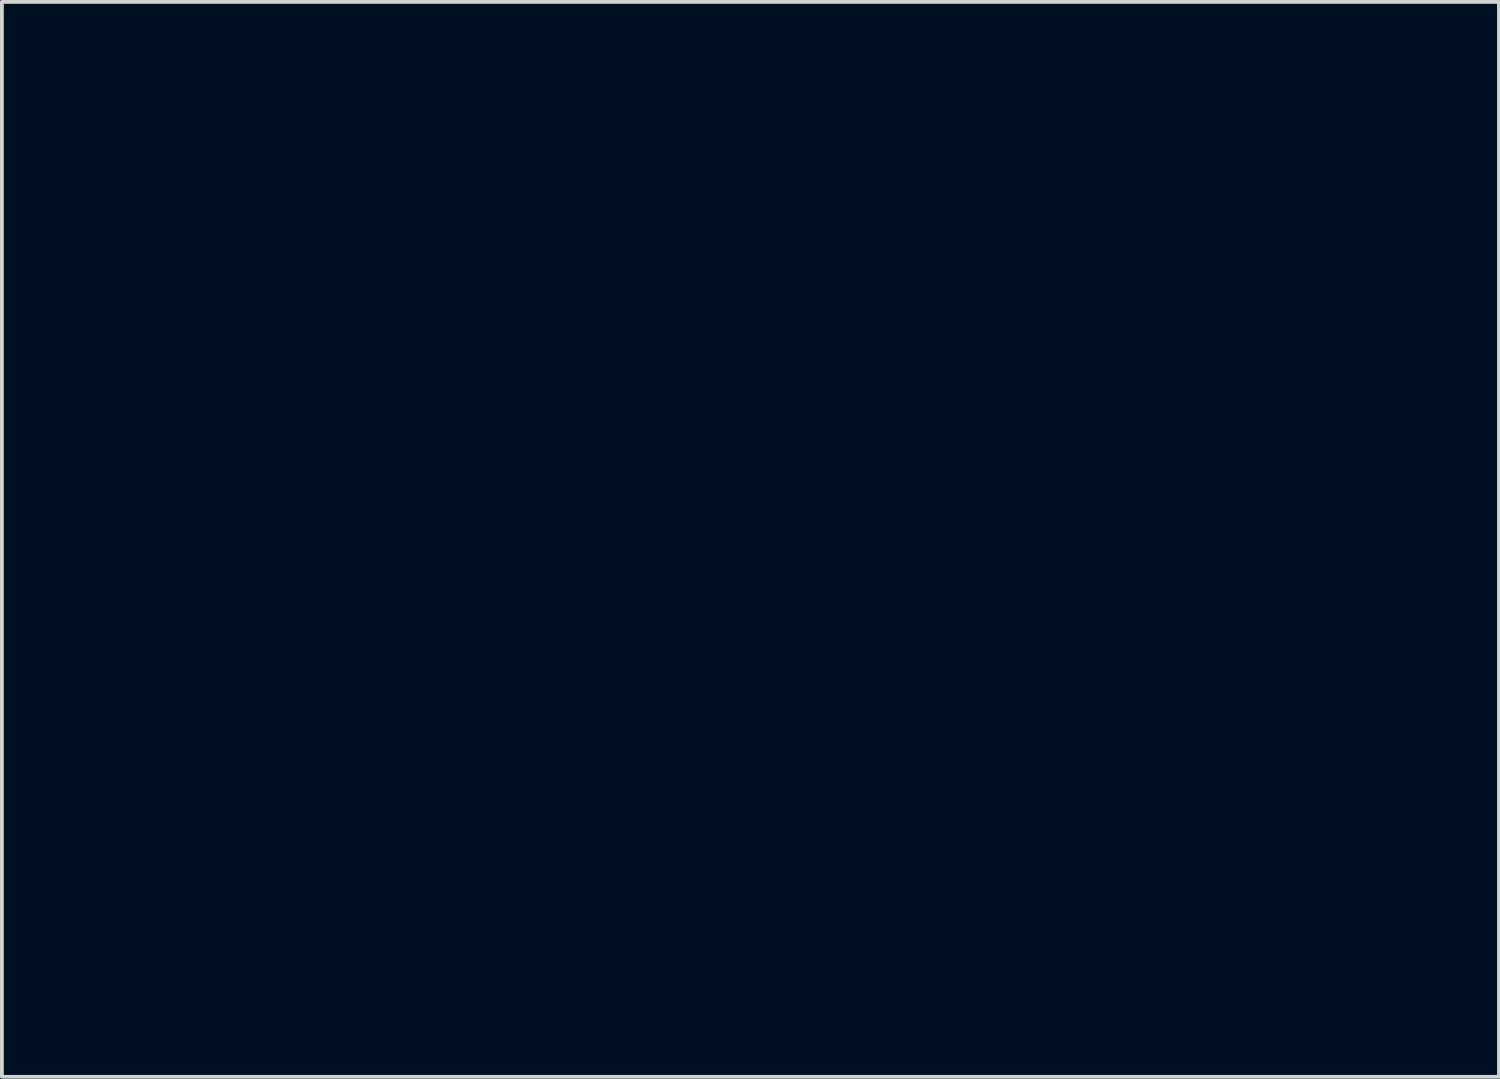
<source format=kicad_pcb>
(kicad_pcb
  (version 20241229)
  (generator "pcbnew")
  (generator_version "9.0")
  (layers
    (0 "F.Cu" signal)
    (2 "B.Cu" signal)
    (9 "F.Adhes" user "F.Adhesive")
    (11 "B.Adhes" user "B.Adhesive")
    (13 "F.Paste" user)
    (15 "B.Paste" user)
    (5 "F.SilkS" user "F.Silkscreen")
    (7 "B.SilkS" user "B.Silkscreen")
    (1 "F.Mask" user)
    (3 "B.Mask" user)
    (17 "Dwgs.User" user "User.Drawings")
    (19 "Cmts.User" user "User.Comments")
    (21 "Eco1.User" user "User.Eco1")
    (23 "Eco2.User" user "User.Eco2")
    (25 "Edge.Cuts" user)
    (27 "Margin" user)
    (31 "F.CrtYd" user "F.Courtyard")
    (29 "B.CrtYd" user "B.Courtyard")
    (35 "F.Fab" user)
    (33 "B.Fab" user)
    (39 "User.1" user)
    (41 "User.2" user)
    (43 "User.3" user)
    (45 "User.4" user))
  (footprint "Logo-Text-Mask"
    (layer "F.Cu")
    (at 9.95 15.472)
    (property "Reference" "Logo-Text-Mask" (at 0 0 0) (layer "F.Mask") (effects (font (size 1.524 1.524) (thickness 0.3))))
    (attr through_hole)
    (fp_poly (pts (xy 5.016 4.584) (xy 5.918 4.597) (xy 5.918 5.004) (xy 5.602 5.019) (xy 5.286 5.034) (xy 5.272 5.933) (xy 5.258 6.833) (xy 4.775 6.864) (xy 4.775 5.029) (xy 4.115 5.029) (xy 4.115 4.57) (xy 5.016 4.584)) (stroke (width 0.01) (type solid)) (fill yes) (layer "F.Mask"))
    (fp_poly (pts (xy -7.417 5.029) (xy -8.54 5.029) (xy -8.509 5.461) (xy -7.985 5.476) (xy -7.462 5.49) (xy -7.477 5.704) (xy -7.493 5.918) (xy -8.509 5.969) (xy -8.525 6.158) (xy -8.54 6.347) (xy -7.966 6.361) (xy -7.391 6.375) (xy -7.36 6.858) (xy -9.042 6.858) (xy -9.042 4.572) (xy -7.417 4.572) (xy -7.417 5.029)) (stroke (width 0.01) (type solid)) (fill yes) (layer "F.Mask"))
    (fp_poly (pts (xy -5.789 6.346) (xy -4.851 6.375) (xy -4.82 6.858) (xy -5.561 6.858) (xy -5.872 6.856) (xy -6.093 6.848) (xy -6.235 6.833) (xy -6.31 6.811) (xy -6.327 6.793) (xy -6.334 6.725) (xy -6.339 6.571) (xy -6.341 6.348) (xy -6.342 6.071) (xy -6.339 5.757) (xy -6.338 5.663) (xy -6.325 4.597) (xy -5.817 4.597) (xy -5.789 6.346)) (stroke (width 0.01) (type solid)) (fill yes) (layer "F.Mask"))
    (fp_poly (pts (xy -2.261 5.004) (xy -2.807 5.018) (xy -3.353 5.033) (xy -3.353 5.486) (xy -2.337 5.486) (xy -2.337 5.944) (xy -3.353 5.944) (xy -3.353 6.347) (xy -2.21 6.375) (xy -2.21 6.833) (xy -3.036 6.847) (xy -3.36 6.85) (xy -3.595 6.848) (xy -3.753 6.839) (xy -3.846 6.823) (xy -3.886 6.799) (xy -3.888 6.794) (xy -3.895 6.726) (xy -3.9 6.571) (xy -3.903 6.348) (xy -3.903 6.071) (xy -3.901 5.757) (xy -3.9 5.663) (xy -3.886 4.597) (xy -2.261 4.597) (xy -2.261 5.004)) (stroke (width 0.01) (type solid)) (fill yes) (layer "F.Mask"))
    (fp_poly (pts (xy 8.509 5.004) (xy 7.963 5.018) (xy 7.417 5.033) (xy 7.417 5.486) (xy 8.433 5.486) (xy 8.433 5.944) (xy 7.417 5.944) (xy 7.417 6.347) (xy 8.56 6.375) (xy 8.56 6.833) (xy 7.733 6.847) (xy 7.409 6.85) (xy 7.174 6.848) (xy 7.017 6.839) (xy 6.924 6.823) (xy 6.884 6.799) (xy 6.881 6.794) (xy 6.874 6.726) (xy 6.869 6.571) (xy 6.867 6.348) (xy 6.866 6.071) (xy 6.869 5.757) (xy 6.87 5.663) (xy 6.883 4.597) (xy 8.509 4.597) (xy 8.509 5.004)) (stroke (width 0.01) (type solid)) (fill yes) (layer "F.Mask"))
    (fp_poly (pts (xy 0.097 -7.795) (xy 0.132 -7.742) (xy 0.212 -7.61) (xy 0.331 -7.41) (xy 0.483 -7.152) (xy 0.661 -6.847) (xy 0.861 -6.503) (xy 1.077 -6.131) (xy 1.097 -6.096) (xy 1.627 -5.176) (xy 2.109 -4.342) (xy 2.544 -3.589) (xy 2.934 -2.915) (xy 3.28 -2.316) (xy 3.585 -1.79) (xy 3.849 -1.334) (xy 4.075 -0.944) (xy 4.265 -0.618) (xy 4.421 -0.351) (xy 4.487 -0.239) (xy 4.652 0.043) (xy 4.772 0.25) (xy 4.852 0.393) (xy 4.898 0.483) (xy 4.917 0.532) (xy 4.913 0.553) (xy 4.894 0.556) (xy 4.889 0.556) (xy 4.84 0.531) (xy 4.71 0.46) (xy 4.508 0.347) (xy 4.243 0.197) (xy 3.922 0.015) (xy 3.555 -0.195) (xy 3.148 -0.428) (xy 2.71 -0.679) (xy 2.451 -0.828) (xy 0.051 -2.208) (xy 0.051 -5.026) (xy 0.052 -5.624) (xy 0.054 -6.162) (xy 0.058 -6.634) (xy 0.063 -7.033) (xy 0.07 -7.355) (xy 0.077 -7.593) (xy 0.086 -7.742) (xy 0.096 -7.796) (xy 0.097 -7.795)) (stroke (width 0.01) (type solid)) (fill yes) (layer "F.Mask"))
    (fp_poly (pts (xy -0.136 -7.755) (xy -0.129 -7.622) (xy -0.122 -7.406) (xy -0.116 -7.114) (xy -0.111 -6.757) (xy -0.107 -6.343) (xy -0.104 -5.88) (xy -0.102 -5.379) (xy -0.102 -5.025) (xy -0.102 -2.207) (xy -0.851 -1.77) (xy -1.111 -1.619) (xy -1.435 -1.429) (xy -1.802 -1.215) (xy -2.187 -0.99) (xy -2.568 -0.767) (xy -2.794 -0.635) (xy -3.136 -0.435) (xy -3.473 -0.237) (xy -3.789 -0.053) (xy -4.065 0.109) (xy -4.285 0.237) (xy -4.411 0.311) (xy -4.595 0.417) (xy -4.744 0.501) (xy -4.839 0.55) (xy -4.861 0.559) (xy -4.868 0.52) (xy -4.854 0.47) (xy -4.824 0.413) (xy -4.749 0.276) (xy -4.631 0.067) (xy -4.476 -0.209) (xy -4.288 -0.541) (xy -4.072 -0.924) (xy -3.83 -1.35) (xy -3.569 -1.81) (xy -3.291 -2.298) (xy -3.002 -2.806) (xy -2.706 -3.327) (xy -2.407 -3.852) (xy -2.109 -4.375) (xy -1.816 -4.887) (xy -1.534 -5.381) (xy -1.266 -5.85) (xy -1.016 -6.286) (xy -0.79 -6.682) (xy -0.59 -7.029) (xy -0.422 -7.321) (xy -0.289 -7.55) (xy -0.197 -7.708) (xy -0.149 -7.787) (xy -0.144 -7.795) (xy -0.136 -7.755)) (stroke (width 0.01) (type solid)) (fill yes) (layer "F.Mask"))
    (fp_poly (pts (xy 0.669 4.575) (xy 0.739 4.593) (xy 0.753 4.639) (xy 0.74 4.703) (xy 0.71 4.795) (xy 0.648 4.961) (xy 0.563 5.18) (xy 0.462 5.433) (xy 0.413 5.554) (xy 0.299 5.833) (xy 0.188 6.105) (xy 0.092 6.344) (xy 0.019 6.523) (xy 0.002 6.566) (xy -0.113 6.858) (xy -0.337 6.858) (xy -0.486 6.849) (xy -0.566 6.811) (xy -0.606 6.744) (xy -0.638 6.664) (xy -0.701 6.505) (xy -0.79 6.284) (xy -0.898 6.016) (xy -1.019 5.717) (xy -1.057 5.623) (xy -1.201 5.259) (xy -1.306 4.982) (xy -1.373 4.784) (xy -1.406 4.658) (xy -1.405 4.597) (xy -1.398 4.591) (xy -1.309 4.579) (xy -1.166 4.578) (xy -1.112 4.581) (xy -0.891 4.597) (xy -0.628 5.249) (xy -0.531 5.487) (xy -0.446 5.69) (xy -0.383 5.838) (xy -0.347 5.916) (xy -0.343 5.923) (xy -0.317 5.886) (xy -0.263 5.772) (xy -0.187 5.596) (xy -0.096 5.376) (xy -0.075 5.322) (xy 0.021 5.084) (xy 0.107 4.878) (xy 0.174 4.724) (xy 0.215 4.641) (xy 0.219 4.636) (xy 0.296 4.597) (xy 0.439 4.575) (xy 0.52 4.572) (xy 0.669 4.575)) (stroke (width 0.01) (type solid)) (fill yes) (layer "F.Mask"))
    (fp_poly (pts (xy 2.623 4.576) (xy 2.711 4.603) (xy 2.767 4.67) (xy 2.809 4.763) (xy 3.042 5.307) (xy 3.237 5.761) (xy 3.393 6.124) (xy 3.513 6.399) (xy 3.597 6.589) (xy 3.646 6.694) (xy 3.656 6.713) (xy 3.682 6.79) (xy 3.646 6.834) (xy 3.532 6.854) (xy 3.391 6.858) (xy 3.141 6.858) (xy 3.033 6.602) (xy 2.925 6.346) (xy 2.466 6.361) (xy 2.007 6.375) (xy 1.891 6.617) (xy 1.82 6.757) (xy 1.757 6.828) (xy 1.666 6.854) (xy 1.518 6.858) (xy 1.366 6.855) (xy 1.294 6.838) (xy 1.279 6.793) (xy 1.294 6.72) (xy 1.324 6.633) (xy 1.389 6.469) (xy 1.482 6.245) (xy 1.596 5.975) (xy 1.652 5.846) (xy 2.235 5.846) (xy 2.281 5.873) (xy 2.398 5.89) (xy 2.487 5.893) (xy 2.739 5.893) (xy 2.62 5.636) (xy 2.549 5.489) (xy 2.493 5.383) (xy 2.471 5.349) (xy 2.439 5.376) (xy 2.385 5.466) (xy 2.324 5.591) (xy 2.271 5.719) (xy 2.239 5.819) (xy 2.235 5.846) (xy 1.652 5.846) (xy 1.725 5.676) (xy 1.769 5.577) (xy 2.209 4.572) (xy 2.469 4.572) (xy 2.623 4.576)) (stroke (width 0.01) (type solid)) (fill yes) (layer "F.Mask"))
    (fp_poly (pts (xy 0.032 -2.057) (xy 0.167 -1.987) (xy 0.368 -1.877) (xy 0.627 -1.733) (xy 0.934 -1.56) (xy 1.278 -1.365) (xy 1.65 -1.152) (xy 2.041 -0.928) (xy 2.44 -0.697) (xy 2.837 -0.466) (xy 3.224 -0.241) (xy 3.59 -0.027) (xy 3.925 0.171) (xy 4.22 0.346) (xy 4.464 0.494) (xy 4.649 0.608) (xy 4.765 0.682) (xy 4.801 0.711) (xy 4.758 0.751) (xy 4.639 0.833) (xy 4.454 0.95) (xy 4.216 1.096) (xy 3.935 1.262) (xy 3.64 1.433) (xy 2.48 2.099) (xy 2.32 2.005) (xy 2.232 1.953) (xy 2.069 1.859) (xy 1.848 1.732) (xy 1.581 1.578) (xy 1.284 1.408) (xy 1.078 1.289) (xy -0.003 0.668) (xy -1.2 1.354) (xy -1.519 1.535) (xy -1.81 1.701) (xy -2.061 1.843) (xy -2.261 1.955) (xy -2.397 2.03) (xy -2.458 2.062) (xy -2.458 2.062) (xy -2.517 2.044) (xy -2.651 1.981) (xy -2.845 1.879) (xy -3.088 1.746) (xy -3.365 1.589) (xy -3.532 1.492) (xy -3.83 1.317) (xy -4.106 1.156) (xy -4.345 1.016) (xy -4.532 0.907) (xy -4.654 0.836) (xy -4.686 0.817) (xy -4.782 0.754) (xy -4.825 0.712) (xy -4.825 0.711) (xy -4.784 0.677) (xy -4.672 0.604) (xy -4.507 0.504) (xy -4.33 0.4) (xy -4.132 0.285) (xy -3.857 0.126) (xy -3.515 -0.073) (xy -3.118 -0.304) (xy -2.677 -0.562) (xy -2.201 -0.839) (xy -1.702 -1.13) (xy -1.191 -1.429) (xy -0.737 -1.695) (xy -0.503 -1.83) (xy -0.298 -1.944) (xy -0.14 -2.029) (xy -0.044 -2.076) (xy -0.025 -2.082) (xy 0.032 -2.057)) (stroke (width 0.01) (type solid)) (fill yes) (layer "F.Mask")))
  (footprint "Logo-NoText-Mask-Smaller"
    (layer "F.Cu")
    (at 16.735 3.253)
    (property "Reference" "Logo-NoText-Mask-Smaller" (at 0 0 0) (layer "F.Mask") (effects (font (size 1.524 1.524) (thickness 0.3))))
    (attr through_hole)
    (fp_poly (pts (xy 0.056 -3.226) (xy 0.089 -3.171) (xy 0.139 -3.088) (xy 0.202 -2.981) (xy 0.276 -2.854) (xy 0.358 -2.713) (xy 0.44 -2.572) (xy 0.55 -2.38) (xy 0.679 -2.158) (xy 0.822 -1.91) (xy 0.976 -1.644) (xy 1.137 -1.365) (xy 1.303 -1.079) (xy 1.469 -0.792) (xy 1.633 -0.509) (xy 1.791 -0.237) (xy 1.908 -0.035) (xy 1.968 0.069) (xy 2.01 0.142) (xy 2.035 0.189) (xy 2.047 0.216) (xy 2.049 0.229) (xy 2.042 0.232) (xy 2.037 0.232) (xy 2.016 0.222) (xy 1.962 0.192) (xy 1.878 0.145) (xy 1.768 0.082) (xy 1.634 0.007) (xy 1.481 -0.081) (xy 1.312 -0.178) (xy 1.129 -0.282) (xy 1.021 -0.345) (xy 0.021 -0.92) (xy 0.021 -2.094) (xy 0.022 -2.358) (xy 0.023 -2.59) (xy 0.024 -2.791) (xy 0.027 -2.957) (xy 0.029 -3.087) (xy 0.033 -3.18) (xy 0.037 -3.234) (xy 0.041 -3.248) (xy 0.056 -3.226)) (stroke (width 0.01) (type solid)) (fill yes) (layer "F.Mask"))
    (fp_poly (pts (xy -0.057 -3.231) (xy -0.054 -3.176) (xy -0.051 -3.086) (xy -0.048 -2.964) (xy -0.046 -2.815) (xy -0.044 -2.642) (xy -0.043 -2.449) (xy -0.042 -2.24) (xy -0.042 -2.092) (xy -0.042 -0.915) (xy -0.28 -0.778) (xy -0.495 -0.654) (xy -0.698 -0.536) (xy -0.887 -0.427) (xy -1.058 -0.328) (xy -1.207 -0.241) (xy -1.332 -0.167) (xy -1.43 -0.11) (xy -1.496 -0.07) (xy -1.524 -0.053) (xy -1.58 -0.018) (xy -1.654 0.026) (xy -1.737 0.075) (xy -1.823 0.125) (xy -1.902 0.17) (xy -1.967 0.206) (xy -2.009 0.228) (xy -2.02 0.233) (xy -2.032 0.217) (xy -2.032 0.214) (xy -2.022 0.194) (xy -1.992 0.14) (xy -1.945 0.055) (xy -1.883 -0.056) (xy -1.806 -0.193) (xy -1.717 -0.35) (xy -1.618 -0.525) (xy -1.51 -0.715) (xy -1.395 -0.917) (xy -1.276 -1.128) (xy -1.153 -1.345) (xy -1.028 -1.563) (xy -0.904 -1.781) (xy -0.782 -1.996) (xy -0.663 -2.203) (xy -0.55 -2.401) (xy -0.445 -2.585) (xy -0.348 -2.753) (xy -0.263 -2.902) (xy -0.19 -3.028) (xy -0.132 -3.129) (xy -0.089 -3.201) (xy -0.065 -3.241) (xy -0.06 -3.248) (xy -0.057 -3.231)) (stroke (width 0.01) (type solid)) (fill yes) (layer "F.Mask"))
    (fp_poly (pts (xy 0.013 -0.858) (xy 0.068 -0.828) (xy 0.151 -0.783) (xy 0.259 -0.723) (xy 0.386 -0.651) (xy 0.53 -0.569) (xy 0.685 -0.481) (xy 0.848 -0.388) (xy 1.015 -0.292) (xy 1.181 -0.196) (xy 1.343 -0.102) (xy 1.496 -0.013) (xy 1.637 0.069) (xy 1.761 0.142) (xy 1.864 0.203) (xy 1.941 0.25) (xy 1.99 0.281) (xy 2.006 0.292) (xy 1.99 0.308) (xy 1.943 0.34) (xy 1.871 0.386) (xy 1.779 0.442) (xy 1.674 0.505) (xy 1.56 0.572) (xy 1.445 0.639) (xy 1.333 0.702) (xy 1.232 0.759) (xy 1.145 0.806) (xy 1.08 0.839) (xy 1.042 0.855) (xy 1.037 0.856) (xy 1.011 0.846) (xy 0.953 0.818) (xy 0.869 0.774) (xy 0.764 0.716) (xy 0.643 0.649) (xy 0.516 0.577) (xy 0.385 0.502) (xy 0.264 0.435) (xy 0.16 0.378) (xy 0.078 0.334) (xy 0.022 0.306) (xy -0.003 0.296) (xy -0.028 0.307) (xy -0.085 0.335) (xy -0.169 0.38) (xy -0.273 0.437) (xy -0.394 0.505) (xy -0.527 0.581) (xy -0.529 0.582) (xy -0.661 0.657) (xy -0.78 0.725) (xy -0.882 0.783) (xy -0.962 0.828) (xy -1.015 0.857) (xy -1.037 0.868) (xy -1.037 0.868) (xy -1.058 0.858) (xy -1.11 0.829) (xy -1.187 0.786) (xy -1.283 0.732) (xy -1.392 0.668) (xy -1.408 0.659) (xy -1.575 0.563) (xy -1.708 0.485) (xy -1.812 0.424) (xy -1.89 0.378) (xy -1.945 0.344) (xy -1.981 0.321) (xy -2.001 0.307) (xy -2.009 0.299) (xy -2.01 0.296) (xy -1.993 0.281) (xy -1.949 0.251) (xy -1.889 0.214) (xy -1.835 0.183) (xy -1.75 0.133) (xy -1.637 0.067) (xy -1.501 -0.012) (xy -1.347 -0.102) (xy -1.178 -0.2) (xy -1 -0.304) (xy -0.816 -0.411) (xy -0.632 -0.518) (xy -0.452 -0.623) (xy -0.37 -0.671) (xy -0.262 -0.733) (xy -0.166 -0.787) (xy -0.088 -0.83) (xy -0.034 -0.858) (xy -0.01 -0.868) (xy 0.013 -0.858)) (stroke (width 0.01) (type solid)) (fill yes) (layer "F.Mask")))
  (gr_rect
    (start -3 -3)
    (end 36.47 25.34)
    (stroke (width 0.1) (type default))
    (fill no)
    (layer "Edge.Cuts")))
</source>
